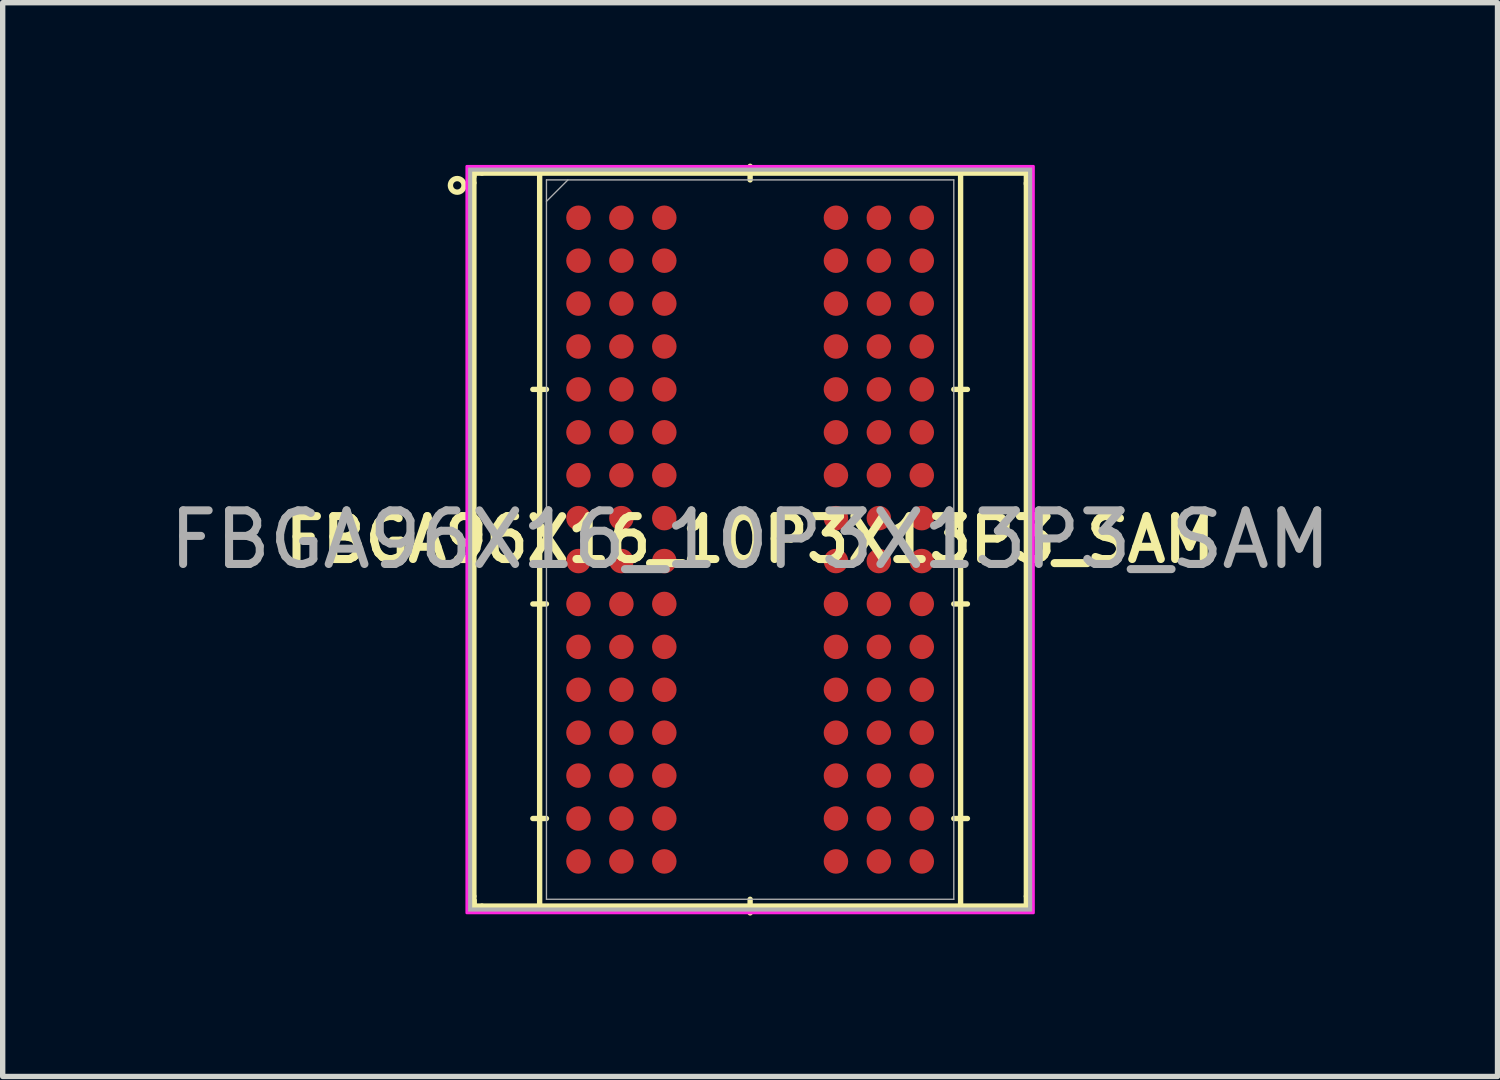
<source format=kicad_pcb>
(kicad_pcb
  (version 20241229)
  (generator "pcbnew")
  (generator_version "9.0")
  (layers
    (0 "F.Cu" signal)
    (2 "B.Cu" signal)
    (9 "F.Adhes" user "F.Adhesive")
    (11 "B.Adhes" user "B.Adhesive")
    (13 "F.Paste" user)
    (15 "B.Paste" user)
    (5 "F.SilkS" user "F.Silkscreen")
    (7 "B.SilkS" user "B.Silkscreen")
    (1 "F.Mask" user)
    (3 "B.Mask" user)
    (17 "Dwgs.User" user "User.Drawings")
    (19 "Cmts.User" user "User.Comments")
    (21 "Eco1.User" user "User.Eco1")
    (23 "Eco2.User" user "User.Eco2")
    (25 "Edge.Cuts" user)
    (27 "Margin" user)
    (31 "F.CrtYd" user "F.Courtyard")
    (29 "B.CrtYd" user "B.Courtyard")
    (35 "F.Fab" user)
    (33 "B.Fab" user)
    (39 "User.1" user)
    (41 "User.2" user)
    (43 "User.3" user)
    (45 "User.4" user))
  (footprint "FBGA96X16_10P3X13P3_SAM"
    (layer "F.Cu")
    (at 10.935 7.01)
    (property "Reference" "FBGA96X16_10P3X13P3_SAM" (at 0 0 0) (unlocked yes) (layer "F.SilkS") (effects (font (size 0.8 0.8) (thickness 0.15))))
    (attr smd)
    (fp_line (start -5.15 -6.833) (end -5.15 -6.77) (stroke (width 0.1) (type default)) (layer "F.SilkS"))
    (fp_line (start -5.15 -6.65) (end -5.15 -6.8) (stroke (width 0.1) (type default)) (layer "F.SilkS"))
    (fp_line (start -5.15 -6.65) (end -5.15 6.65) (stroke (width 0.1) (type default)) (layer "F.SilkS"))
    (fp_line (start -5.15 6.65) (end -5.15 6.8) (stroke (width 0.1) (type default)) (layer "F.SilkS"))
    (fp_line (start -5.15 6.725) (end -5.15 6.833) (stroke (width 0.1) (type default)) (layer "F.SilkS"))
    (fp_line (start -5.15 6.833) (end -5.15 6.725) (stroke (width 0.1) (type default)) (layer "F.SilkS"))
    (fp_line (start -5 -6.833) (end -5.15 -6.833) (stroke (width 0.1) (type default)) (layer "F.SilkS"))
    (fp_line (start -5 6.833) (end -5.15 6.833) (stroke (width 0.1) (type default)) (layer "F.SilkS"))
    (fp_line (start -3.924 -6.833) (end -5 -6.833) (stroke (width 0.1) (type default)) (layer "F.SilkS"))
    (fp_line (start -3.924 -6.833) (end -3.924 6.833) (stroke (width 0.1) (type solid)) (layer "F.SilkS"))
    (fp_line (start -3.924 6.833) (end -5 6.833) (stroke (width 0.1) (type default)) (layer "F.SilkS"))
    (fp_line (start -3.924 6.833) (end 3.924 6.833) (stroke (width 0.1) (type solid)) (layer "F.SilkS"))
    (fp_line (start -3.797 -2.8) (end -4.051 -2.8) (stroke (width 0.1) (type solid)) (layer "F.SilkS"))
    (fp_line (start -3.797 1.2) (end -4.051 1.2) (stroke (width 0.1) (type solid)) (layer "F.SilkS"))
    (fp_line (start -3.797 5.2) (end -4.051 5.2) (stroke (width 0.1) (type solid)) (layer "F.SilkS"))
    (fp_line (start 0 -6.706) (end 0 -6.96) (stroke (width 0.1) (type solid)) (layer "F.SilkS"))
    (fp_line (start 0 6.706) (end 0 6.96) (stroke (width 0.1) (type solid)) (layer "F.SilkS"))
    (fp_line (start 3.797 -2.8) (end 4.051 -2.8) (stroke (width 0.1) (type solid)) (layer "F.SilkS"))
    (fp_line (start 3.797 1.2) (end 4.051 1.2) (stroke (width 0.1) (type solid)) (layer "F.SilkS"))
    (fp_line (start 3.797 5.2) (end 4.051 5.2) (stroke (width 0.1) (type solid)) (layer "F.SilkS"))
    (fp_line (start 3.924 -6.833) (end -3.924 -6.833) (stroke (width 0.1) (type solid)) (layer "F.SilkS"))
    (fp_line (start 3.924 -6.833) (end 5.15 -6.833) (stroke (width 0.1) (type default)) (layer "F.SilkS"))
    (fp_line (start 3.924 6.833) (end 3.924 -6.833) (stroke (width 0.1) (type solid)) (layer "F.SilkS"))
    (fp_line (start 5.15 -6.833) (end 5.15 -6.63) (stroke (width 0.1) (type default)) (layer "F.SilkS"))
    (fp_line (start 5.15 -6.65) (end 5.15 6.65) (stroke (width 0.1) (type default)) (layer "F.SilkS"))
    (fp_line (start 5.15 6.65) (end 5.15 6.83) (stroke (width 0.1) (type default)) (layer "F.SilkS"))
    (fp_line (start 5.15 6.833) (end 3.924 6.833) (stroke (width 0.1) (type default)) (layer "F.SilkS"))
    (fp_circle (center -5.461 -6.604) (end -5.334 -6.604) (stroke (width 0.1) (type default)) (fill no) (layer "F.SilkS"))
    (fp_rect (start -5.283 -6.96) (end 5.283 6.96) (stroke (width 0.05) (type default)) (fill no) (layer "F.CrtYd"))
    (fp_line (start -3.797 -6.706) (end -3.797 6.706) (stroke (width 0.025) (type solid)) (layer "F.Fab"))
    (fp_line (start -3.797 6.706) (end 3.797 6.706) (stroke (width 0.025) (type solid)) (layer "F.Fab"))
    (fp_line (start -3.397 -6.706) (end -3.797 -6.306) (stroke (width 0.025) (type solid)) (layer "F.Fab"))
    (fp_line (start 3.797 -6.706) (end -3.797 -6.706) (stroke (width 0.025) (type solid)) (layer "F.Fab"))
    (fp_line (start 3.797 6.706) (end 3.797 -6.706) (stroke (width 0.025) (type solid)) (layer "F.Fab"))
    (fp_rect (start -5.232 -6.909) (end 5.232 6.909) (stroke (width 0.1) (type default)) (fill no) (layer "F.Fab"))
    (fp_text user "${REFERENCE}" (at 0 0 0) (unlocked yes) (layer "F.Fab") (effects (font (size 1 1) (thickness 0.15))))
    (pad "A1" smd circle (at -3.2 -6) (size 0.457 0.457) (layers "F.Cu" "F.Mask" "F.Paste"))
    (pad "A2" smd circle (at -2.4 -6) (size 0.457 0.457) (layers "F.Cu" "F.Mask" "F.Paste"))
    (pad "A3" smd circle (at -1.6 -6) (size 0.457 0.457) (layers "F.Cu" "F.Mask" "F.Paste"))
    (pad "A7" smd circle (at 1.6 -6) (size 0.457 0.457) (layers "F.Cu" "F.Mask" "F.Paste"))
    (pad "A8" smd circle (at 2.4 -6) (size 0.457 0.457) (layers "F.Cu" "F.Mask" "F.Paste"))
    (pad "A9" smd circle (at 3.2 -6) (size 0.457 0.457) (layers "F.Cu" "F.Mask" "F.Paste"))
    (pad "B1" smd circle (at -3.2 -5.2) (size 0.457 0.457) (layers "F.Cu" "F.Mask" "F.Paste"))
    (pad "B2" smd circle (at -2.4 -5.2) (size 0.457 0.457) (layers "F.Cu" "F.Mask" "F.Paste"))
    (pad "B3" smd circle (at -1.6 -5.2) (size 0.457 0.457) (layers "F.Cu" "F.Mask" "F.Paste"))
    (pad "B7" smd circle (at 1.6 -5.2) (size 0.457 0.457) (layers "F.Cu" "F.Mask" "F.Paste"))
    (pad "B8" smd circle (at 2.4 -5.2) (size 0.457 0.457) (layers "F.Cu" "F.Mask" "F.Paste"))
    (pad "B9" smd circle (at 3.2 -5.2) (size 0.457 0.457) (layers "F.Cu" "F.Mask" "F.Paste"))
    (pad "C1" smd circle (at -3.2 -4.4) (size 0.457 0.457) (layers "F.Cu" "F.Mask" "F.Paste"))
    (pad "C2" smd circle (at -2.4 -4.4) (size 0.457 0.457) (layers "F.Cu" "F.Mask" "F.Paste"))
    (pad "C3" smd circle (at -1.6 -4.4) (size 0.457 0.457) (layers "F.Cu" "F.Mask" "F.Paste"))
    (pad "C7" smd circle (at 1.6 -4.4) (size 0.457 0.457) (layers "F.Cu" "F.Mask" "F.Paste"))
    (pad "C8" smd circle (at 2.4 -4.4) (size 0.457 0.457) (layers "F.Cu" "F.Mask" "F.Paste"))
    (pad "C9" smd circle (at 3.2 -4.4) (size 0.457 0.457) (layers "F.Cu" "F.Mask" "F.Paste"))
    (pad "D1" smd circle (at -3.2 -3.6) (size 0.457 0.457) (layers "F.Cu" "F.Mask" "F.Paste"))
    (pad "D2" smd circle (at -2.4 -3.6) (size 0.457 0.457) (layers "F.Cu" "F.Mask" "F.Paste"))
    (pad "D3" smd circle (at -1.6 -3.6) (size 0.457 0.457) (layers "F.Cu" "F.Mask" "F.Paste"))
    (pad "D7" smd circle (at 1.6 -3.6) (size 0.457 0.457) (layers "F.Cu" "F.Mask" "F.Paste"))
    (pad "D8" smd circle (at 2.4 -3.6) (size 0.457 0.457) (layers "F.Cu" "F.Mask" "F.Paste"))
    (pad "D9" smd circle (at 3.2 -3.6) (size 0.457 0.457) (layers "F.Cu" "F.Mask" "F.Paste"))
    (pad "E1" smd circle (at -3.2 -2.8) (size 0.457 0.457) (layers "F.Cu" "F.Mask" "F.Paste"))
    (pad "E2" smd circle (at -2.4 -2.8) (size 0.457 0.457) (layers "F.Cu" "F.Mask" "F.Paste"))
    (pad "E3" smd circle (at -1.6 -2.8) (size 0.457 0.457) (layers "F.Cu" "F.Mask" "F.Paste"))
    (pad "E7" smd circle (at 1.6 -2.8) (size 0.457 0.457) (layers "F.Cu" "F.Mask" "F.Paste"))
    (pad "E8" smd circle (at 2.4 -2.8) (size 0.457 0.457) (layers "F.Cu" "F.Mask" "F.Paste"))
    (pad "E9" smd circle (at 3.2 -2.8) (size 0.457 0.457) (layers "F.Cu" "F.Mask" "F.Paste"))
    (pad "F1" smd circle (at -3.2 -2) (size 0.457 0.457) (layers "F.Cu" "F.Mask" "F.Paste"))
    (pad "F2" smd circle (at -2.4 -2) (size 0.457 0.457) (layers "F.Cu" "F.Mask" "F.Paste"))
    (pad "F3" smd circle (at -1.6 -2) (size 0.457 0.457) (layers "F.Cu" "F.Mask" "F.Paste"))
    (pad "F7" smd circle (at 1.6 -2) (size 0.457 0.457) (layers "F.Cu" "F.Mask" "F.Paste"))
    (pad "F8" smd circle (at 2.4 -2) (size 0.457 0.457) (layers "F.Cu" "F.Mask" "F.Paste"))
    (pad "F9" smd circle (at 3.2 -2) (size 0.457 0.457) (layers "F.Cu" "F.Mask" "F.Paste"))
    (pad "G1" smd circle (at -3.2 -1.2) (size 0.457 0.457) (layers "F.Cu" "F.Mask" "F.Paste"))
    (pad "G2" smd circle (at -2.4 -1.2) (size 0.457 0.457) (layers "F.Cu" "F.Mask" "F.Paste"))
    (pad "G3" smd circle (at -1.6 -1.2) (size 0.457 0.457) (layers "F.Cu" "F.Mask" "F.Paste"))
    (pad "G7" smd circle (at 1.6 -1.2) (size 0.457 0.457) (layers "F.Cu" "F.Mask" "F.Paste"))
    (pad "G8" smd circle (at 2.4 -1.2) (size 0.457 0.457) (layers "F.Cu" "F.Mask" "F.Paste"))
    (pad "G9" smd circle (at 3.2 -1.2) (size 0.457 0.457) (layers "F.Cu" "F.Mask" "F.Paste"))
    (pad "H1" smd circle (at -3.2 -0.4) (size 0.457 0.457) (layers "F.Cu" "F.Mask" "F.Paste"))
    (pad "H2" smd circle (at -2.4 -0.4) (size 0.457 0.457) (layers "F.Cu" "F.Mask" "F.Paste"))
    (pad "H3" smd circle (at -1.6 -0.4) (size 0.457 0.457) (layers "F.Cu" "F.Mask" "F.Paste"))
    (pad "H7" smd circle (at 1.6 -0.4) (size 0.457 0.457) (layers "F.Cu" "F.Mask" "F.Paste"))
    (pad "H8" smd circle (at 2.4 -0.4) (size 0.457 0.457) (layers "F.Cu" "F.Mask" "F.Paste"))
    (pad "H9" smd circle (at 3.2 -0.4) (size 0.457 0.457) (layers "F.Cu" "F.Mask" "F.Paste"))
    (pad "J1" smd circle (at -3.2 0.4) (size 0.457 0.457) (layers "F.Cu" "F.Mask" "F.Paste"))
    (pad "J2" smd circle (at -2.4 0.4) (size 0.457 0.457) (layers "F.Cu" "F.Mask" "F.Paste"))
    (pad "J3" smd circle (at -1.6 0.4) (size 0.457 0.457) (layers "F.Cu" "F.Mask" "F.Paste"))
    (pad "J7" smd circle (at 1.6 0.4) (size 0.457 0.457) (layers "F.Cu" "F.Mask" "F.Paste"))
    (pad "J8" smd circle (at 2.4 0.4) (size 0.457 0.457) (layers "F.Cu" "F.Mask" "F.Paste"))
    (pad "J9" smd circle (at 3.2 0.4) (size 0.457 0.457) (layers "F.Cu" "F.Mask" "F.Paste"))
    (pad "K1" smd circle (at -3.2 1.2) (size 0.457 0.457) (layers "F.Cu" "F.Mask" "F.Paste"))
    (pad "K2" smd circle (at -2.4 1.2) (size 0.457 0.457) (layers "F.Cu" "F.Mask" "F.Paste"))
    (pad "K3" smd circle (at -1.6 1.2) (size 0.457 0.457) (layers "F.Cu" "F.Mask" "F.Paste"))
    (pad "K7" smd circle (at 1.6 1.2) (size 0.457 0.457) (layers "F.Cu" "F.Mask" "F.Paste"))
    (pad "K8" smd circle (at 2.4 1.2) (size 0.457 0.457) (layers "F.Cu" "F.Mask" "F.Paste"))
    (pad "K9" smd circle (at 3.2 1.2) (size 0.457 0.457) (layers "F.Cu" "F.Mask" "F.Paste"))
    (pad "L1" smd circle (at -3.2 2) (size 0.457 0.457) (layers "F.Cu" "F.Mask" "F.Paste"))
    (pad "L2" smd circle (at -2.4 2) (size 0.457 0.457) (layers "F.Cu" "F.Mask" "F.Paste"))
    (pad "L3" smd circle (at -1.6 2) (size 0.457 0.457) (layers "F.Cu" "F.Mask" "F.Paste"))
    (pad "L7" smd circle (at 1.6 2) (size 0.457 0.457) (layers "F.Cu" "F.Mask" "F.Paste"))
    (pad "L8" smd circle (at 2.4 2) (size 0.457 0.457) (layers "F.Cu" "F.Mask" "F.Paste"))
    (pad "L9" smd circle (at 3.2 2) (size 0.457 0.457) (layers "F.Cu" "F.Mask" "F.Paste"))
    (pad "M1" smd circle (at -3.2 2.8) (size 0.457 0.457) (layers "F.Cu" "F.Mask" "F.Paste"))
    (pad "M2" smd circle (at -2.4 2.8) (size 0.457 0.457) (layers "F.Cu" "F.Mask" "F.Paste"))
    (pad "M3" smd circle (at -1.6 2.8) (size 0.457 0.457) (layers "F.Cu" "F.Mask" "F.Paste"))
    (pad "M7" smd circle (at 1.6 2.8) (size 0.457 0.457) (layers "F.Cu" "F.Mask" "F.Paste"))
    (pad "M8" smd circle (at 2.4 2.8) (size 0.457 0.457) (layers "F.Cu" "F.Mask" "F.Paste"))
    (pad "M9" smd circle (at 3.2 2.8) (size 0.457 0.457) (layers "F.Cu" "F.Mask" "F.Paste"))
    (pad "N1" smd circle (at -3.2 3.6) (size 0.457 0.457) (layers "F.Cu" "F.Mask" "F.Paste"))
    (pad "N2" smd circle (at -2.4 3.6) (size 0.457 0.457) (layers "F.Cu" "F.Mask" "F.Paste"))
    (pad "N3" smd circle (at -1.6 3.6) (size 0.457 0.457) (layers "F.Cu" "F.Mask" "F.Paste"))
    (pad "N7" smd circle (at 1.6 3.6) (size 0.457 0.457) (layers "F.Cu" "F.Mask" "F.Paste"))
    (pad "N8" smd circle (at 2.4 3.6) (size 0.457 0.457) (layers "F.Cu" "F.Mask" "F.Paste"))
    (pad "N9" smd circle (at 3.2 3.6) (size 0.457 0.457) (layers "F.Cu" "F.Mask" "F.Paste"))
    (pad "P1" smd circle (at -3.2 4.4) (size 0.457 0.457) (layers "F.Cu" "F.Mask" "F.Paste"))
    (pad "P2" smd circle (at -2.4 4.4) (size 0.457 0.457) (layers "F.Cu" "F.Mask" "F.Paste"))
    (pad "P3" smd circle (at -1.6 4.4) (size 0.457 0.457) (layers "F.Cu" "F.Mask" "F.Paste"))
    (pad "P7" smd circle (at 1.6 4.4) (size 0.457 0.457) (layers "F.Cu" "F.Mask" "F.Paste"))
    (pad "P8" smd circle (at 2.4 4.4) (size 0.457 0.457) (layers "F.Cu" "F.Mask" "F.Paste"))
    (pad "P9" smd circle (at 3.2 4.4) (size 0.457 0.457) (layers "F.Cu" "F.Mask" "F.Paste"))
    (pad "R1" smd circle (at -3.2 5.2) (size 0.457 0.457) (layers "F.Cu" "F.Mask" "F.Paste"))
    (pad "R2" smd circle (at -2.4 5.2) (size 0.457 0.457) (layers "F.Cu" "F.Mask" "F.Paste"))
    (pad "R3" smd circle (at -1.6 5.2) (size 0.457 0.457) (layers "F.Cu" "F.Mask" "F.Paste"))
    (pad "R7" smd circle (at 1.6 5.2) (size 0.457 0.457) (layers "F.Cu" "F.Mask" "F.Paste"))
    (pad "R8" smd circle (at 2.4 5.2) (size 0.457 0.457) (layers "F.Cu" "F.Mask" "F.Paste"))
    (pad "R9" smd circle (at 3.2 5.2) (size 0.457 0.457) (layers "F.Cu" "F.Mask" "F.Paste"))
    (pad "T1" smd circle (at -3.2 6) (size 0.457 0.457) (layers "F.Cu" "F.Mask" "F.Paste"))
    (pad "T2" smd circle (at -2.4 6) (size 0.457 0.457) (layers "F.Cu" "F.Mask" "F.Paste"))
    (pad "T3" smd circle (at -1.6 6) (size 0.457 0.457) (layers "F.Cu" "F.Mask" "F.Paste"))
    (pad "T7" smd circle (at 1.6 6) (size 0.457 0.457) (layers "F.Cu" "F.Mask" "F.Paste"))
    (pad "T8" smd circle (at 2.4 6) (size 0.457 0.457) (layers "F.Cu" "F.Mask" "F.Paste"))
    (pad "T9" smd circle (at 3.2 6) (size 0.457 0.457) (layers "F.Cu" "F.Mask" "F.Paste")))
  (gr_rect
    (start -3 -3)
    (end 24.869 17.019)
    (stroke (width 0.1) (type default))
    (fill no)
    (layer "Edge.Cuts")))
</source>
